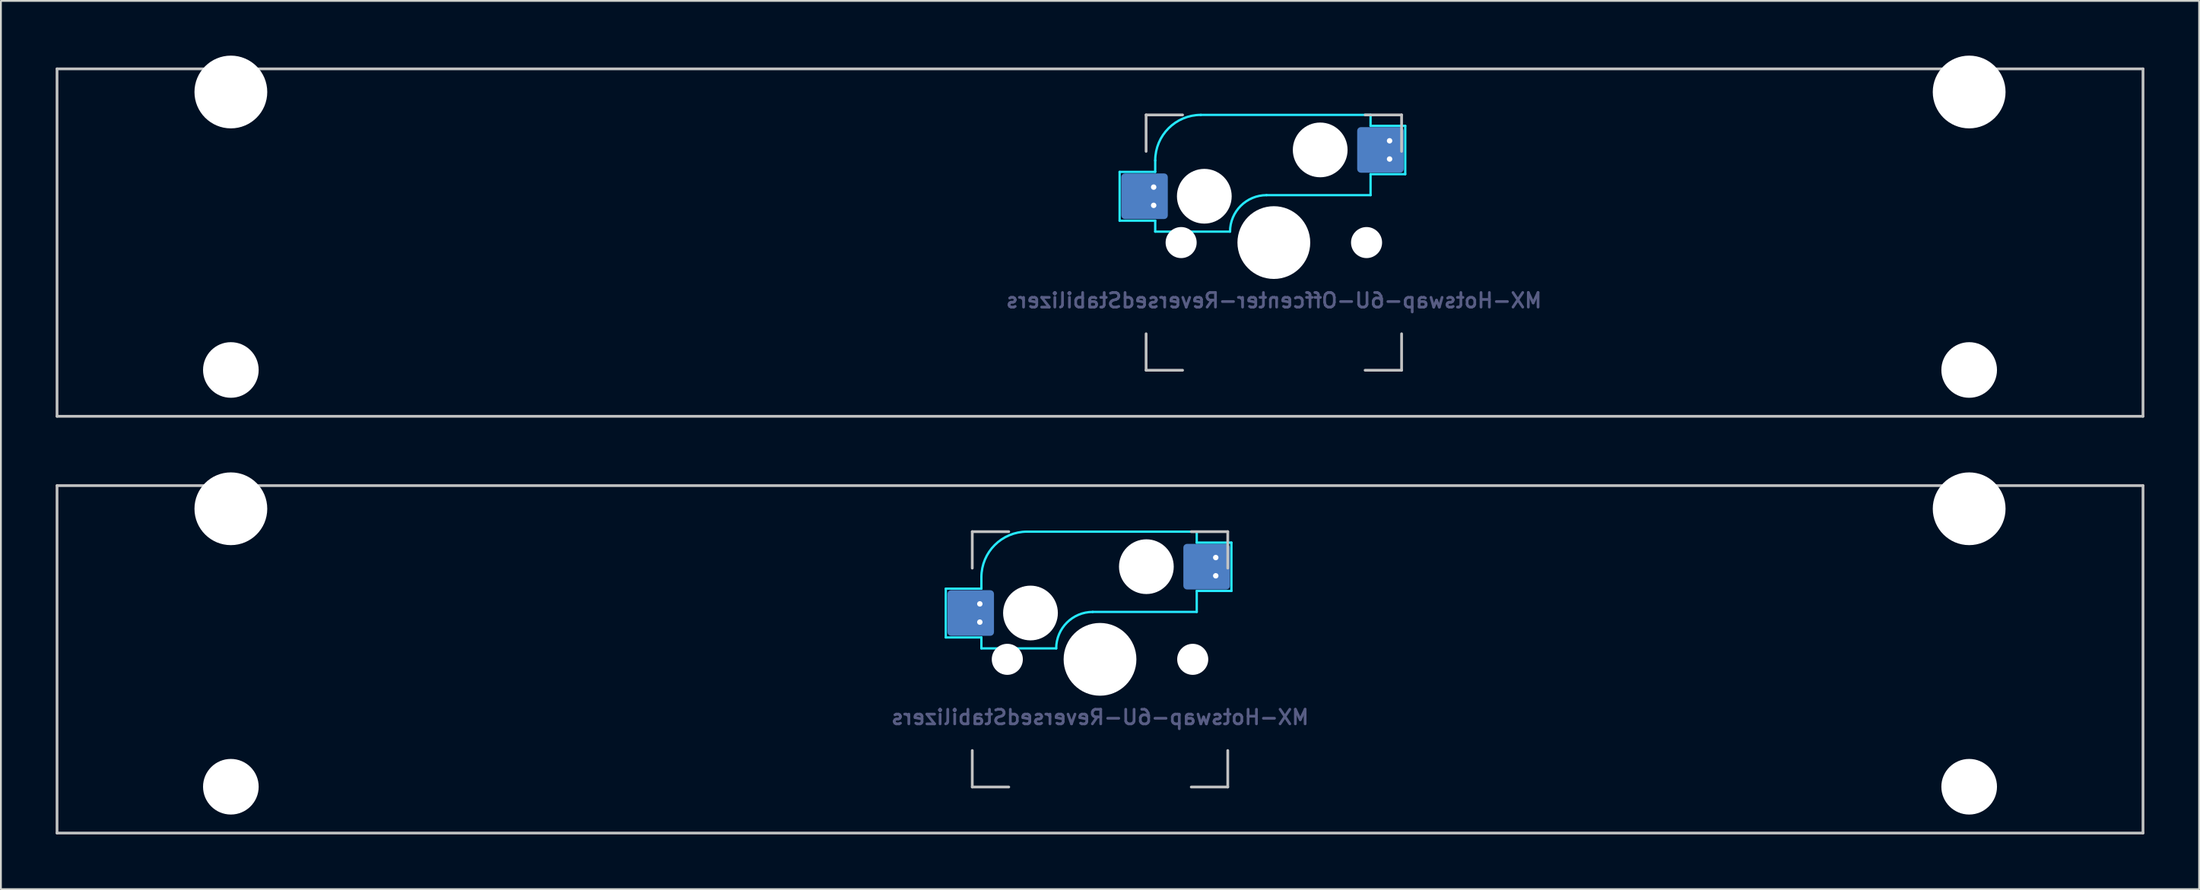
<source format=kicad_pcb>
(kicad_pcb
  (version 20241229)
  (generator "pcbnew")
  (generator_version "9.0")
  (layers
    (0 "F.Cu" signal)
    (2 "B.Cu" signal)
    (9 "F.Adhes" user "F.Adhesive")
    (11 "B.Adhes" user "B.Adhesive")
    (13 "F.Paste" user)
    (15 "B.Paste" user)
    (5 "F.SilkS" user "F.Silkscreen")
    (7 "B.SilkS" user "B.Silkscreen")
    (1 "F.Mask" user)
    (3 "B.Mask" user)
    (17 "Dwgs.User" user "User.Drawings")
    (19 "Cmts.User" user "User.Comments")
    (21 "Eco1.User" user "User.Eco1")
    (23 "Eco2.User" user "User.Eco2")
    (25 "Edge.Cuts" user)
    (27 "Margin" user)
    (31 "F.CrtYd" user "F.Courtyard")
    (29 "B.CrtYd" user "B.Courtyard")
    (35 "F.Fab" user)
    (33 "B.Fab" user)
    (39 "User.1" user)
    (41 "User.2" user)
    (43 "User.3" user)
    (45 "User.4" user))
  (footprint "MX-Hotswap-6U-Offcenter-ReversedStabilizers"
    (layer "F.Cu")
    (at 66.75 10.249)
    (property "Reference" "MX-Hotswap-6U-Offcenter-ReversedStabilizers" (at 0 3.175 0) (layer "B.Fab") (effects (font (size 0.8 0.8) (thickness 0.15)) (justify mirror)))
    (attr smd)
    (fp_line (start -66.675 -9.525) (end 47.625 -9.525) (stroke (width 0.15) (type solid)) (layer "Dwgs.User"))
    (fp_line (start -66.675 9.525) (end -66.675 -9.525) (stroke (width 0.15) (type solid)) (layer "Dwgs.User"))
    (fp_line (start -66.675 9.525) (end 47.625 9.525) (stroke (width 0.15) (type solid)) (layer "Dwgs.User"))
    (fp_line (start -7 -7) (end -7 -5) (stroke (width 0.15) (type solid)) (layer "Dwgs.User"))
    (fp_line (start -7 5) (end -7 7) (stroke (width 0.15) (type solid)) (layer "Dwgs.User"))
    (fp_line (start -7 7) (end -5 7) (stroke (width 0.15) (type solid)) (layer "Dwgs.User"))
    (fp_line (start -5 -7) (end -7 -7) (stroke (width 0.15) (type solid)) (layer "Dwgs.User"))
    (fp_line (start 5 -7) (end 7 -7) (stroke (width 0.15) (type solid)) (layer "Dwgs.User"))
    (fp_line (start 5 7) (end 7 7) (stroke (width 0.15) (type solid)) (layer "Dwgs.User"))
    (fp_line (start 7 -7) (end 7 -5) (stroke (width 0.15) (type solid)) (layer "Dwgs.User"))
    (fp_line (start 7 7) (end 7 5) (stroke (width 0.15) (type solid)) (layer "Dwgs.User"))
    (fp_line (start 47.625 9.525) (end 47.625 -9.525) (stroke (width 0.15) (type solid)) (layer "Dwgs.User"))
    (fp_line (start -8.45 -3.875) (end -8.45 -1.2) (stroke (width 0.127) (type solid)) (layer "B.CrtYd"))
    (fp_line (start -8.45 -1.2) (end -6.5 -1.2) (stroke (width 0.127) (type solid)) (layer "B.CrtYd"))
    (fp_line (start -6.5 -4.5) (end -6.5 -3.875) (stroke (width 0.127) (type solid)) (layer "B.CrtYd"))
    (fp_line (start -6.5 -3.875) (end -8.45 -3.875) (stroke (width 0.127) (type solid)) (layer "B.CrtYd"))
    (fp_line (start -6.5 -0.6) (end -6.5 -1.2) (stroke (width 0.127) (type solid)) (layer "B.CrtYd"))
    (fp_line (start -6.5 -0.6) (end -2.4 -0.6) (stroke (width 0.127) (type solid)) (layer "B.CrtYd"))
    (fp_line (start -0.4 -2.6) (end 5.3 -2.6) (stroke (width 0.127) (type solid)) (layer "B.CrtYd"))
    (fp_line (start 5.3 -7) (end -4 -7) (stroke (width 0.127) (type solid)) (layer "B.CrtYd"))
    (fp_line (start 5.3 -7) (end 5.3 -6.4) (stroke (width 0.127) (type solid)) (layer "B.CrtYd"))
    (fp_line (start 5.3 -6.4) (end 7.2 -6.4) (stroke (width 0.127) (type solid)) (layer "B.CrtYd"))
    (fp_line (start 5.3 -2.6) (end 5.3 -3.75) (stroke (width 0.127) (type solid)) (layer "B.CrtYd"))
    (fp_line (start 7.2 -6.4) (end 7.2 -3.75) (stroke (width 0.127) (type solid)) (layer "B.CrtYd"))
    (fp_line (start 7.2 -3.75) (end 5.3 -3.75) (stroke (width 0.127) (type solid)) (layer "B.CrtYd"))
    (fp_arc (start -6.5 -4.5) (mid -5.767767 -6.267767) (end -4 -7) (stroke (width 0.127) (type solid)) (layer "B.CrtYd"))
    (fp_arc (start -2.4 -0.6) (mid -1.814214 -2.014214) (end -0.4 -2.6) (stroke (width 0.127) (type solid)) (layer "B.CrtYd"))
    (pad "" np_thru_hole circle (at -57.15 -8.255) (size 3.988 3.988) (drill 3.988) (layers "*.Cu" "*.Mask"))
    (pad "" np_thru_hole circle (at -57.15 6.985) (size 3.048 3.048) (drill 3.048) (layers "*.Cu" "*.Mask"))
    (pad "" np_thru_hole circle (at -5.08 0 48.099) (size 1.702 1.702) (drill 1.702) (layers "*.Cu" "*.Mask"))
    (pad "" np_thru_hole circle (at -3.81 -2.54) (size 3 3) (drill 3) (layers "*.Cu" "*.Mask"))
    (pad "" np_thru_hole circle (at 0 0) (size 3.988 3.988) (drill 3.988) (layers "*.Cu" "*.Mask"))
    (pad "" np_thru_hole circle (at 2.54 -5.08) (size 3 3) (drill 3) (layers "*.Cu" "*.Mask"))
    (pad "" np_thru_hole circle (at 5.08 0 48.099) (size 1.702 1.702) (drill 1.702) (layers "*.Cu" "*.Mask"))
    (pad "" np_thru_hole circle (at 38.1 -8.255) (size 3.988 3.988) (drill 3.988) (layers "*.Cu" "*.Mask"))
    (pad "" np_thru_hole circle (at 38.1 6.985) (size 3.048 3.048) (drill 3.048) (layers "*.Cu" "*.Mask"))
    (pad "1" smd roundrect (at -7.085 -2.54) (size 2.55 2.5) (layers "B.Cu" "B.Mask" "B.Paste") (roundrect_rratio 0.08))
    (pad "1" thru_hole circle (at -6.585 -3.04) (size 0.6 0.6) (drill 0.3) (layers "*.Cu" "*.Mask"))
    (pad "1" thru_hole circle (at -6.585 -2.04) (size 0.6 0.6) (drill 0.3) (layers "*.Cu" "*.Mask"))
    (pad "2" smd roundrect (at 5.842 -5.08) (size 2.55 2.5) (layers "B.Cu" "B.Mask" "B.Paste") (roundrect_rratio 0.08))
    (pad "2" thru_hole circle (at 6.342 -5.58) (size 0.6 0.6) (drill 0.3) (layers "*.Cu" "*.Mask"))
    (pad "2" thru_hole circle (at 6.342 -4.58) (size 0.6 0.6) (drill 0.3) (layers "*.Cu" "*.Mask")))
  (footprint "MX-Hotswap-6U-ReversedStabilizers"
    (layer "F.Cu")
    (at 57.225 33.098)
    (property "Reference" "MX-Hotswap-6U-ReversedStabilizers" (at 0 3.175 0) (layer "B.Fab") (effects (font (size 0.8 0.8) (thickness 0.15)) (justify mirror)))
    (attr smd)
    (fp_line (start -57.15 9.525) (end -57.15 -9.525) (stroke (width 0.15) (type solid)) (layer "Dwgs.User"))
    (fp_line (start -7 -7) (end -7 -5) (stroke (width 0.15) (type solid)) (layer "Dwgs.User"))
    (fp_line (start -7 5) (end -7 7) (stroke (width 0.15) (type solid)) (layer "Dwgs.User"))
    (fp_line (start -7 7) (end -5 7) (stroke (width 0.15) (type solid)) (layer "Dwgs.User"))
    (fp_line (start -5 -7) (end -7 -7) (stroke (width 0.15) (type solid)) (layer "Dwgs.User"))
    (fp_line (start 5 -7) (end 7 -7) (stroke (width 0.15) (type solid)) (layer "Dwgs.User"))
    (fp_line (start 5 7) (end 7 7) (stroke (width 0.15) (type solid)) (layer "Dwgs.User"))
    (fp_line (start 7 -7) (end 7 -5) (stroke (width 0.15) (type solid)) (layer "Dwgs.User"))
    (fp_line (start 7 7) (end 7 5) (stroke (width 0.15) (type solid)) (layer "Dwgs.User"))
    (fp_line (start 57.15 -9.525) (end -57.15 -9.525) (stroke (width 0.15) (type solid)) (layer "Dwgs.User"))
    (fp_line (start 57.15 9.525) (end -57.15 9.525) (stroke (width 0.15) (type solid)) (layer "Dwgs.User"))
    (fp_line (start 57.15 9.525) (end 57.15 -9.525) (stroke (width 0.15) (type solid)) (layer "Dwgs.User"))
    (fp_line (start -8.45 -3.875) (end -8.45 -1.2) (stroke (width 0.127) (type solid)) (layer "B.CrtYd"))
    (fp_line (start -8.45 -1.2) (end -6.5 -1.2) (stroke (width 0.127) (type solid)) (layer "B.CrtYd"))
    (fp_line (start -6.5 -4.5) (end -6.5 -3.875) (stroke (width 0.127) (type solid)) (layer "B.CrtYd"))
    (fp_line (start -6.5 -3.875) (end -8.45 -3.875) (stroke (width 0.127) (type solid)) (layer "B.CrtYd"))
    (fp_line (start -6.5 -0.6) (end -6.5 -1.2) (stroke (width 0.127) (type solid)) (layer "B.CrtYd"))
    (fp_line (start -6.5 -0.6) (end -2.4 -0.6) (stroke (width 0.127) (type solid)) (layer "B.CrtYd"))
    (fp_line (start -0.4 -2.6) (end 5.3 -2.6) (stroke (width 0.127) (type solid)) (layer "B.CrtYd"))
    (fp_line (start 5.3 -7) (end -4 -7) (stroke (width 0.127) (type solid)) (layer "B.CrtYd"))
    (fp_line (start 5.3 -7) (end 5.3 -6.4) (stroke (width 0.127) (type solid)) (layer "B.CrtYd"))
    (fp_line (start 5.3 -6.4) (end 7.2 -6.4) (stroke (width 0.127) (type solid)) (layer "B.CrtYd"))
    (fp_line (start 5.3 -2.6) (end 5.3 -3.75) (stroke (width 0.127) (type solid)) (layer "B.CrtYd"))
    (fp_line (start 7.2 -6.4) (end 7.2 -3.75) (stroke (width 0.127) (type solid)) (layer "B.CrtYd"))
    (fp_line (start 7.2 -3.75) (end 5.3 -3.75) (stroke (width 0.127) (type solid)) (layer "B.CrtYd"))
    (fp_arc (start -6.5 -4.5) (mid -5.767767 -6.267767) (end -4 -7) (stroke (width 0.127) (type solid)) (layer "B.CrtYd"))
    (fp_arc (start -2.4 -0.6) (mid -1.814214 -2.014214) (end -0.4 -2.6) (stroke (width 0.127) (type solid)) (layer "B.CrtYd"))
    (pad "" np_thru_hole circle (at -47.625 -8.255) (size 3.988 3.988) (drill 3.988) (layers "*.Cu" "*.Mask"))
    (pad "" np_thru_hole circle (at -47.625 6.985) (size 3.048 3.048) (drill 3.048) (layers "*.Cu" "*.Mask"))
    (pad "" np_thru_hole circle (at -5.08 0 48.099) (size 1.702 1.702) (drill 1.702) (layers "*.Cu" "*.Mask"))
    (pad "" np_thru_hole circle (at -3.81 -2.54) (size 3 3) (drill 3) (layers "*.Cu" "*.Mask"))
    (pad "" np_thru_hole circle (at 0 0) (size 3.988 3.988) (drill 3.988) (layers "*.Cu" "*.Mask"))
    (pad "" np_thru_hole circle (at 2.54 -5.08) (size 3 3) (drill 3) (layers "*.Cu" "*.Mask"))
    (pad "" np_thru_hole circle (at 5.08 0 48.099) (size 1.702 1.702) (drill 1.702) (layers "*.Cu" "*.Mask"))
    (pad "" np_thru_hole circle (at 47.625 -8.255) (size 3.988 3.988) (drill 3.988) (layers "*.Cu" "*.Mask"))
    (pad "" np_thru_hole circle (at 47.625 6.985) (size 3.048 3.048) (drill 3.048) (layers "*.Cu" "*.Mask"))
    (pad "1" smd roundrect (at -7.085 -2.54) (size 2.55 2.5) (layers "B.Cu" "B.Mask" "B.Paste") (roundrect_rratio 0.08))
    (pad "1" thru_hole circle (at -6.585 -3.04) (size 0.6 0.6) (drill 0.3) (layers "*.Cu" "*.Mask"))
    (pad "1" thru_hole circle (at -6.585 -2.04) (size 0.6 0.6) (drill 0.3) (layers "*.Cu" "*.Mask"))
    (pad "2" smd roundrect (at 5.842 -5.08) (size 2.55 2.5) (layers "B.Cu" "B.Mask" "B.Paste") (roundrect_rratio 0.08))
    (pad "2" thru_hole circle (at 6.342 -5.58) (size 0.6 0.6) (drill 0.3) (layers "*.Cu" "*.Mask"))
    (pad "2" thru_hole circle (at 6.342 -4.58) (size 0.6 0.6) (drill 0.3) (layers "*.Cu" "*.Mask")))
  (gr_rect
    (start -3 -3)
    (end 117.45 45.698)
    (stroke (width 0.1) (type default))
    (fill no)
    (layer "Edge.Cuts")))
</source>
